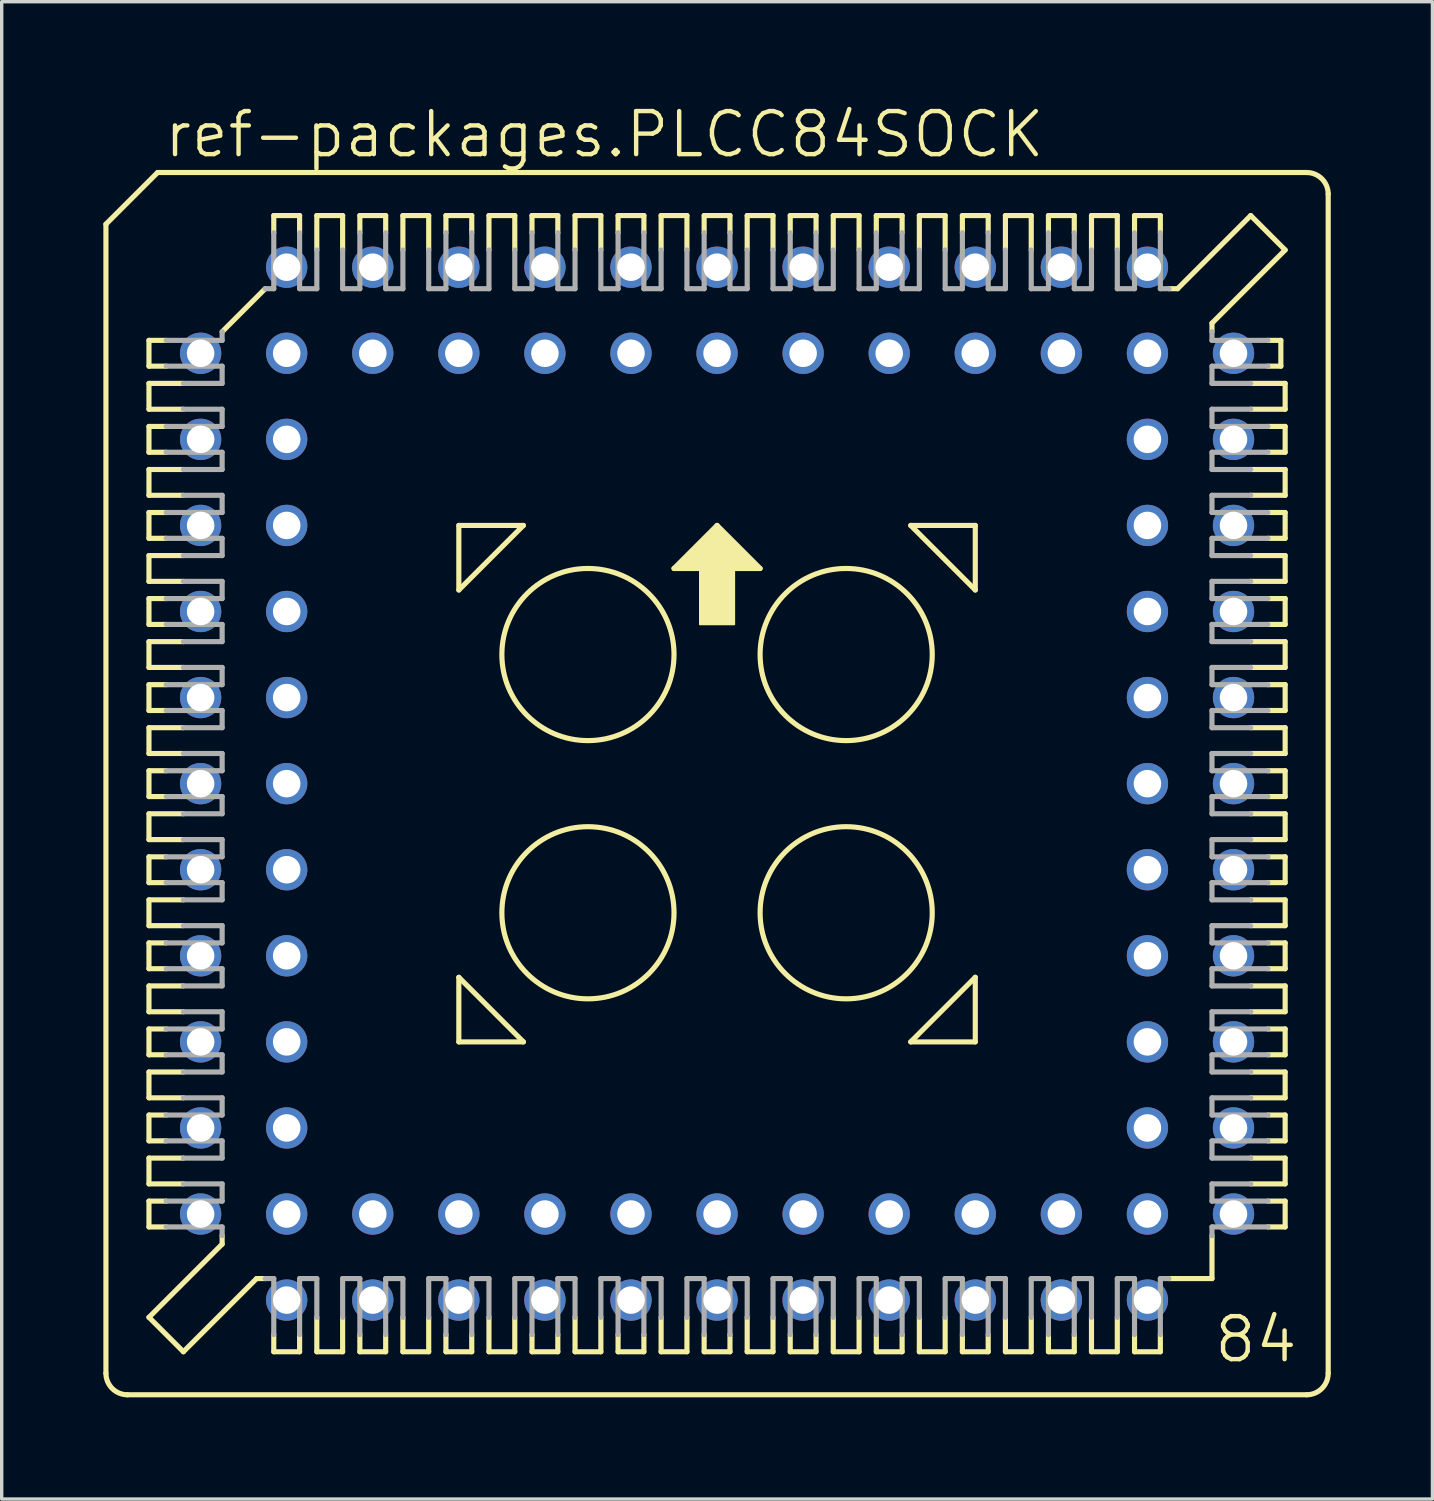
<source format=kicad_pcb>
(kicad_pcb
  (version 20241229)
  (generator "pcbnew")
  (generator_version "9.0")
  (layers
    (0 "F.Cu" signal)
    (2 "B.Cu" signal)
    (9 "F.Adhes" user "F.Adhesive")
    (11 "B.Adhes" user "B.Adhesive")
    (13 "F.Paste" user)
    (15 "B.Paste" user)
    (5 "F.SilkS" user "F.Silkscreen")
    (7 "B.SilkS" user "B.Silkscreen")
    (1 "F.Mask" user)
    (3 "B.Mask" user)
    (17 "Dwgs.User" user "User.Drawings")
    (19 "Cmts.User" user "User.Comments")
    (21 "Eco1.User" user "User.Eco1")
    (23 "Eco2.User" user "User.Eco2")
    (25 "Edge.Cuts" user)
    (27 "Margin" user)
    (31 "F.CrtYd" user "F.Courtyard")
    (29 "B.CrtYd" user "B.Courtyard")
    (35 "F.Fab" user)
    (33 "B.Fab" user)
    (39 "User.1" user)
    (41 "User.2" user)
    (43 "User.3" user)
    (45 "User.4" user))
  (footprint "ref-packages.PLCC84SOCK"
    (layer "F.Cu")
    (at 18.11 20.075)
    (property "Reference" "ref-packages.PLCC84SOCK" (at -16.383 -18.415 0) (layer "F.SilkS") (effects (font (size 1.27 1.27) (thickness 0.13)) (justify left bottom)))
    (attr through_hole)
    (fp_line (start -18.034 -16.51) (end -18.034 17.399) (stroke (width 0.152) (type default)) (layer "F.SilkS"))
    (fp_line (start -16.764 -13.081) (end -16.764 -12.319) (stroke (width 0.152) (type default)) (layer "F.SilkS"))
    (fp_line (start -16.764 -12.319) (end -16.256 -12.319) (stroke (width 0.152) (type default)) (layer "F.SilkS"))
    (fp_line (start -16.764 -11.811) (end -16.764 -11.049) (stroke (width 0.152) (type default)) (layer "F.SilkS"))
    (fp_line (start -16.764 -11.049) (end -15.748 -11.049) (stroke (width 0.152) (type default)) (layer "F.SilkS"))
    (fp_line (start -16.764 -10.541) (end -16.764 -9.779) (stroke (width 0.152) (type default)) (layer "F.SilkS"))
    (fp_line (start -16.764 -9.779) (end -16.256 -9.779) (stroke (width 0.152) (type default)) (layer "F.SilkS"))
    (fp_line (start -16.764 -9.271) (end -16.764 -8.509) (stroke (width 0.152) (type default)) (layer "F.SilkS"))
    (fp_line (start -16.764 -8.509) (end -15.748 -8.509) (stroke (width 0.152) (type default)) (layer "F.SilkS"))
    (fp_line (start -16.764 -8.001) (end -16.256 -8.001) (stroke (width 0.152) (type default)) (layer "F.SilkS"))
    (fp_line (start -16.764 -7.239) (end -16.764 -8.001) (stroke (width 0.152) (type default)) (layer "F.SilkS"))
    (fp_line (start -16.764 -6.731) (end -16.764 -5.969) (stroke (width 0.152) (type default)) (layer "F.SilkS"))
    (fp_line (start -16.764 -5.969) (end -15.748 -5.969) (stroke (width 0.152) (type default)) (layer "F.SilkS"))
    (fp_line (start -16.764 -5.461) (end -16.764 -4.699) (stroke (width 0.152) (type default)) (layer "F.SilkS"))
    (fp_line (start -16.764 -4.699) (end -16.256 -4.699) (stroke (width 0.152) (type default)) (layer "F.SilkS"))
    (fp_line (start -16.764 -4.191) (end -16.764 -3.429) (stroke (width 0.152) (type default)) (layer "F.SilkS"))
    (fp_line (start -16.764 -3.429) (end -15.748 -3.429) (stroke (width 0.152) (type default)) (layer "F.SilkS"))
    (fp_line (start -16.764 -2.921) (end -16.764 -2.159) (stroke (width 0.152) (type default)) (layer "F.SilkS"))
    (fp_line (start -16.764 -2.159) (end -16.256 -2.159) (stroke (width 0.152) (type default)) (layer "F.SilkS"))
    (fp_line (start -16.764 -1.651) (end -15.748 -1.651) (stroke (width 0.152) (type default)) (layer "F.SilkS"))
    (fp_line (start -16.764 -0.889) (end -16.764 -1.651) (stroke (width 0.152) (type default)) (layer "F.SilkS"))
    (fp_line (start -16.764 -0.381) (end -16.256 -0.381) (stroke (width 0.152) (type default)) (layer "F.SilkS"))
    (fp_line (start -16.764 0.381) (end -16.764 -0.381) (stroke (width 0.152) (type default)) (layer "F.SilkS"))
    (fp_line (start -16.764 0.889) (end -15.748 0.889) (stroke (width 0.152) (type default)) (layer "F.SilkS"))
    (fp_line (start -16.764 1.651) (end -16.764 0.889) (stroke (width 0.152) (type default)) (layer "F.SilkS"))
    (fp_line (start -16.764 2.159) (end -16.256 2.159) (stroke (width 0.152) (type default)) (layer "F.SilkS"))
    (fp_line (start -16.764 2.921) (end -16.764 2.159) (stroke (width 0.152) (type default)) (layer "F.SilkS"))
    (fp_line (start -16.764 3.429) (end -15.748 3.429) (stroke (width 0.152) (type default)) (layer "F.SilkS"))
    (fp_line (start -16.764 4.191) (end -16.764 3.429) (stroke (width 0.152) (type default)) (layer "F.SilkS"))
    (fp_line (start -16.764 4.699) (end -16.256 4.699) (stroke (width 0.152) (type default)) (layer "F.SilkS"))
    (fp_line (start -16.764 5.461) (end -16.764 4.699) (stroke (width 0.152) (type default)) (layer "F.SilkS"))
    (fp_line (start -16.764 5.969) (end -16.764 6.731) (stroke (width 0.152) (type default)) (layer "F.SilkS"))
    (fp_line (start -16.764 6.731) (end -15.748 6.731) (stroke (width 0.152) (type default)) (layer "F.SilkS"))
    (fp_line (start -16.764 7.239) (end -16.764 8.001) (stroke (width 0.152) (type default)) (layer "F.SilkS"))
    (fp_line (start -16.764 8.001) (end -16.256 8.001) (stroke (width 0.152) (type default)) (layer "F.SilkS"))
    (fp_line (start -16.764 8.509) (end -16.764 9.271) (stroke (width 0.152) (type default)) (layer "F.SilkS"))
    (fp_line (start -16.764 9.271) (end -15.748 9.271) (stroke (width 0.152) (type default)) (layer "F.SilkS"))
    (fp_line (start -16.764 9.779) (end -16.764 10.541) (stroke (width 0.152) (type default)) (layer "F.SilkS"))
    (fp_line (start -16.764 10.541) (end -16.256 10.541) (stroke (width 0.152) (type default)) (layer "F.SilkS"))
    (fp_line (start -16.764 11.049) (end -15.748 11.049) (stroke (width 0.152) (type default)) (layer "F.SilkS"))
    (fp_line (start -16.764 11.811) (end -16.764 11.049) (stroke (width 0.152) (type default)) (layer "F.SilkS"))
    (fp_line (start -16.764 12.319) (end -16.256 12.319) (stroke (width 0.152) (type default)) (layer "F.SilkS"))
    (fp_line (start -16.764 13.081) (end -16.764 12.319) (stroke (width 0.152) (type default)) (layer "F.SilkS"))
    (fp_line (start -16.764 15.748) (end -14.605 13.589) (stroke (width 0.152) (type default)) (layer "F.SilkS"))
    (fp_line (start -16.51 -18.034) (end -18.034 -16.51) (stroke (width 0.152) (type default)) (layer "F.SilkS"))
    (fp_line (start -16.256 -13.081) (end -16.764 -13.081) (stroke (width 0.152) (type default)) (layer "F.SilkS"))
    (fp_line (start -16.256 -10.541) (end -16.764 -10.541) (stroke (width 0.152) (type default)) (layer "F.SilkS"))
    (fp_line (start -16.256 -7.239) (end -16.764 -7.239) (stroke (width 0.152) (type default)) (layer "F.SilkS"))
    (fp_line (start -16.256 -5.461) (end -16.764 -5.461) (stroke (width 0.152) (type default)) (layer "F.SilkS"))
    (fp_line (start -16.256 -2.921) (end -16.764 -2.921) (stroke (width 0.152) (type default)) (layer "F.SilkS"))
    (fp_line (start -16.256 0.381) (end -16.764 0.381) (stroke (width 0.152) (type default)) (layer "F.SilkS"))
    (fp_line (start -16.256 2.921) (end -16.764 2.921) (stroke (width 0.152) (type default)) (layer "F.SilkS"))
    (fp_line (start -16.256 5.461) (end -16.764 5.461) (stroke (width 0.152) (type default)) (layer "F.SilkS"))
    (fp_line (start -16.256 7.239) (end -16.764 7.239) (stroke (width 0.152) (type default)) (layer "F.SilkS"))
    (fp_line (start -16.256 9.779) (end -16.764 9.779) (stroke (width 0.152) (type default)) (layer "F.SilkS"))
    (fp_line (start -16.256 13.081) (end -16.764 13.081) (stroke (width 0.152) (type default)) (layer "F.SilkS"))
    (fp_line (start -15.748 -11.811) (end -16.764 -11.811) (stroke (width 0.152) (type default)) (layer "F.SilkS"))
    (fp_line (start -15.748 -9.271) (end -16.764 -9.271) (stroke (width 0.152) (type default)) (layer "F.SilkS"))
    (fp_line (start -15.748 -6.731) (end -16.764 -6.731) (stroke (width 0.152) (type default)) (layer "F.SilkS"))
    (fp_line (start -15.748 -4.191) (end -16.764 -4.191) (stroke (width 0.152) (type default)) (layer "F.SilkS"))
    (fp_line (start -15.748 -0.889) (end -16.764 -0.889) (stroke (width 0.152) (type default)) (layer "F.SilkS"))
    (fp_line (start -15.748 1.651) (end -16.764 1.651) (stroke (width 0.152) (type default)) (layer "F.SilkS"))
    (fp_line (start -15.748 4.191) (end -16.764 4.191) (stroke (width 0.152) (type default)) (layer "F.SilkS"))
    (fp_line (start -15.748 5.969) (end -16.764 5.969) (stroke (width 0.152) (type default)) (layer "F.SilkS"))
    (fp_line (start -15.748 8.509) (end -16.764 8.509) (stroke (width 0.152) (type default)) (layer "F.SilkS"))
    (fp_line (start -15.748 11.811) (end -16.764 11.811) (stroke (width 0.152) (type default)) (layer "F.SilkS"))
    (fp_line (start -15.748 16.764) (end -16.764 15.748) (stroke (width 0.152) (type default)) (layer "F.SilkS"))
    (fp_line (start -15.748 16.764) (end -13.589 14.605) (stroke (width 0.152) (type default)) (layer "F.SilkS"))
    (fp_line (start -14.605 -13.335) (end -13.335 -14.605) (stroke (width 0.152) (type default)) (layer "F.SilkS"))
    (fp_line (start -14.605 13.589) (end -14.605 13.335) (stroke (width 0.152) (type default)) (layer "F.SilkS"))
    (fp_line (start -13.589 14.605) (end -13.335 14.605) (stroke (width 0.152) (type default)) (layer "F.SilkS"))
    (fp_line (start -13.081 -16.764) (end -13.081 -16.256) (stroke (width 0.152) (type default)) (layer "F.SilkS"))
    (fp_line (start -13.081 16.256) (end -13.081 16.764) (stroke (width 0.152) (type default)) (layer "F.SilkS"))
    (fp_line (start -13.081 16.764) (end -12.319 16.764) (stroke (width 0.152) (type default)) (layer "F.SilkS"))
    (fp_line (start -12.319 -16.764) (end -13.081 -16.764) (stroke (width 0.152) (type default)) (layer "F.SilkS"))
    (fp_line (start -12.319 -16.256) (end -12.319 -16.764) (stroke (width 0.152) (type default)) (layer "F.SilkS"))
    (fp_line (start -12.319 16.764) (end -12.319 16.256) (stroke (width 0.152) (type default)) (layer "F.SilkS"))
    (fp_line (start -11.811 -16.764) (end -11.049 -16.764) (stroke (width 0.152) (type default)) (layer "F.SilkS"))
    (fp_line (start -11.811 -15.748) (end -11.811 -16.764) (stroke (width 0.152) (type default)) (layer "F.SilkS"))
    (fp_line (start -11.811 15.748) (end -11.811 16.764) (stroke (width 0.152) (type default)) (layer "F.SilkS"))
    (fp_line (start -11.811 16.764) (end -11.049 16.764) (stroke (width 0.152) (type default)) (layer "F.SilkS"))
    (fp_line (start -11.049 -16.764) (end -11.049 -15.748) (stroke (width 0.152) (type default)) (layer "F.SilkS"))
    (fp_line (start -11.049 16.764) (end -11.049 15.748) (stroke (width 0.152) (type default)) (layer "F.SilkS"))
    (fp_line (start -10.541 -16.764) (end -10.541 -16.256) (stroke (width 0.152) (type default)) (layer "F.SilkS"))
    (fp_line (start -10.541 16.256) (end -10.541 16.764) (stroke (width 0.152) (type default)) (layer "F.SilkS"))
    (fp_line (start -10.541 16.764) (end -9.779 16.764) (stroke (width 0.152) (type default)) (layer "F.SilkS"))
    (fp_line (start -9.779 -16.764) (end -10.541 -16.764) (stroke (width 0.152) (type default)) (layer "F.SilkS"))
    (fp_line (start -9.779 -16.256) (end -9.779 -16.764) (stroke (width 0.152) (type default)) (layer "F.SilkS"))
    (fp_line (start -9.779 16.764) (end -9.779 16.256) (stroke (width 0.152) (type default)) (layer "F.SilkS"))
    (fp_line (start -9.271 -16.764) (end -9.271 -15.748) (stroke (width 0.152) (type default)) (layer "F.SilkS"))
    (fp_line (start -9.271 15.748) (end -9.271 16.764) (stroke (width 0.152) (type default)) (layer "F.SilkS"))
    (fp_line (start -9.271 16.764) (end -8.509 16.764) (stroke (width 0.152) (type default)) (layer "F.SilkS"))
    (fp_line (start -8.509 -16.764) (end -9.271 -16.764) (stroke (width 0.152) (type default)) (layer "F.SilkS"))
    (fp_line (start -8.509 -15.748) (end -8.509 -16.764) (stroke (width 0.152) (type default)) (layer "F.SilkS"))
    (fp_line (start -8.509 16.764) (end -8.509 15.748) (stroke (width 0.152) (type default)) (layer "F.SilkS"))
    (fp_line (start -8.001 -16.764) (end -8.001 -16.256) (stroke (width 0.152) (type default)) (layer "F.SilkS"))
    (fp_line (start -8.001 16.764) (end -8.001 16.256) (stroke (width 0.152) (type default)) (layer "F.SilkS"))
    (fp_line (start -7.62 -7.62) (end -5.715 -7.62) (stroke (width 0.152) (type default)) (layer "F.SilkS"))
    (fp_line (start -7.62 -5.715) (end -7.62 -7.62) (stroke (width 0.152) (type default)) (layer "F.SilkS"))
    (fp_line (start -7.62 5.715) (end -5.715 7.62) (stroke (width 0.152) (type default)) (layer "F.SilkS"))
    (fp_line (start -7.62 7.62) (end -7.62 5.715) (stroke (width 0.152) (type default)) (layer "F.SilkS"))
    (fp_line (start -7.239 -16.764) (end -8.001 -16.764) (stroke (width 0.152) (type default)) (layer "F.SilkS"))
    (fp_line (start -7.239 -16.256) (end -7.239 -16.764) (stroke (width 0.152) (type default)) (layer "F.SilkS"))
    (fp_line (start -7.239 16.256) (end -7.239 16.764) (stroke (width 0.152) (type default)) (layer "F.SilkS"))
    (fp_line (start -7.239 16.764) (end -8.001 16.764) (stroke (width 0.152) (type default)) (layer "F.SilkS"))
    (fp_line (start -6.731 -16.764) (end -6.731 -15.748) (stroke (width 0.152) (type default)) (layer "F.SilkS"))
    (fp_line (start -6.731 15.748) (end -6.731 16.764) (stroke (width 0.152) (type default)) (layer "F.SilkS"))
    (fp_line (start -6.731 16.764) (end -5.969 16.764) (stroke (width 0.152) (type default)) (layer "F.SilkS"))
    (fp_line (start -5.969 -16.764) (end -6.731 -16.764) (stroke (width 0.152) (type default)) (layer "F.SilkS"))
    (fp_line (start -5.969 -15.748) (end -5.969 -16.764) (stroke (width 0.152) (type default)) (layer "F.SilkS"))
    (fp_line (start -5.969 16.764) (end -5.969 15.748) (stroke (width 0.152) (type default)) (layer "F.SilkS"))
    (fp_line (start -5.715 -7.62) (end -7.62 -5.715) (stroke (width 0.152) (type default)) (layer "F.SilkS"))
    (fp_line (start -5.715 7.62) (end -7.62 7.62) (stroke (width 0.152) (type default)) (layer "F.SilkS"))
    (fp_line (start -5.461 -16.764) (end -5.461 -16.256) (stroke (width 0.152) (type default)) (layer "F.SilkS"))
    (fp_line (start -5.461 16.256) (end -5.461 16.764) (stroke (width 0.152) (type default)) (layer "F.SilkS"))
    (fp_line (start -5.461 16.764) (end -4.699 16.764) (stroke (width 0.152) (type default)) (layer "F.SilkS"))
    (fp_line (start -4.699 -16.764) (end -5.461 -16.764) (stroke (width 0.152) (type default)) (layer "F.SilkS"))
    (fp_line (start -4.699 -16.256) (end -4.699 -16.764) (stroke (width 0.152) (type default)) (layer "F.SilkS"))
    (fp_line (start -4.699 16.764) (end -4.699 16.256) (stroke (width 0.152) (type default)) (layer "F.SilkS"))
    (fp_line (start -4.191 -16.764) (end -4.191 -15.748) (stroke (width 0.152) (type default)) (layer "F.SilkS"))
    (fp_line (start -4.191 15.748) (end -4.191 16.764) (stroke (width 0.152) (type default)) (layer "F.SilkS"))
    (fp_line (start -4.191 16.764) (end -3.429 16.764) (stroke (width 0.152) (type default)) (layer "F.SilkS"))
    (fp_line (start -3.429 -16.764) (end -4.191 -16.764) (stroke (width 0.152) (type default)) (layer "F.SilkS"))
    (fp_line (start -3.429 -15.748) (end -3.429 -16.764) (stroke (width 0.152) (type default)) (layer "F.SilkS"))
    (fp_line (start -3.429 16.764) (end -3.429 15.748) (stroke (width 0.152) (type default)) (layer "F.SilkS"))
    (fp_line (start -2.921 -16.764) (end -2.921 -16.256) (stroke (width 0.152) (type default)) (layer "F.SilkS"))
    (fp_line (start -2.921 16.256) (end -2.921 16.764) (stroke (width 0.152) (type default)) (layer "F.SilkS"))
    (fp_line (start -2.921 16.764) (end -2.159 16.764) (stroke (width 0.152) (type default)) (layer "F.SilkS"))
    (fp_line (start -2.159 -16.764) (end -2.921 -16.764) (stroke (width 0.152) (type default)) (layer "F.SilkS"))
    (fp_line (start -2.159 -16.256) (end -2.159 -16.764) (stroke (width 0.152) (type default)) (layer "F.SilkS"))
    (fp_line (start -2.159 16.764) (end -2.159 16.256) (stroke (width 0.152) (type default)) (layer "F.SilkS"))
    (fp_line (start -1.651 -16.764) (end -1.651 -15.748) (stroke (width 0.152) (type default)) (layer "F.SilkS"))
    (fp_line (start -1.651 15.748) (end -1.651 16.764) (stroke (width 0.152) (type default)) (layer "F.SilkS"))
    (fp_line (start -1.651 16.764) (end -0.889 16.764) (stroke (width 0.152) (type default)) (layer "F.SilkS"))
    (fp_line (start -1.27 -6.35) (end 1.27 -6.35) (stroke (width 0.152) (type default)) (layer "F.SilkS"))
    (fp_line (start -0.889 -16.764) (end -1.651 -16.764) (stroke (width 0.152) (type default)) (layer "F.SilkS"))
    (fp_line (start -0.889 -15.748) (end -0.889 -16.764) (stroke (width 0.152) (type default)) (layer "F.SilkS"))
    (fp_line (start -0.889 16.764) (end -0.889 15.748) (stroke (width 0.152) (type default)) (layer "F.SilkS"))
    (fp_line (start -0.381 -16.764) (end -0.381 -16.256) (stroke (width 0.152) (type default)) (layer "F.SilkS"))
    (fp_line (start -0.381 16.256) (end -0.381 16.764) (stroke (width 0.152) (type default)) (layer "F.SilkS"))
    (fp_line (start -0.381 16.764) (end 0.381 16.764) (stroke (width 0.152) (type default)) (layer "F.SilkS"))
    (fp_line (start 0 -7.62) (end -1.27 -6.35) (stroke (width 0.152) (type default)) (layer "F.SilkS"))
    (fp_line (start 0.381 -16.764) (end -0.381 -16.764) (stroke (width 0.152) (type default)) (layer "F.SilkS"))
    (fp_line (start 0.381 -16.256) (end 0.381 -16.764) (stroke (width 0.152) (type default)) (layer "F.SilkS"))
    (fp_line (start 0.381 16.764) (end 0.381 16.256) (stroke (width 0.152) (type default)) (layer "F.SilkS"))
    (fp_line (start 0.889 -16.764) (end 0.889 -15.748) (stroke (width 0.152) (type default)) (layer "F.SilkS"))
    (fp_line (start 0.889 15.748) (end 0.889 16.764) (stroke (width 0.152) (type default)) (layer "F.SilkS"))
    (fp_line (start 0.889 16.764) (end 1.651 16.764) (stroke (width 0.152) (type default)) (layer "F.SilkS"))
    (fp_line (start 1.27 -6.35) (end 0 -7.62) (stroke (width 0.152) (type default)) (layer "F.SilkS"))
    (fp_line (start 1.651 -16.764) (end 0.889 -16.764) (stroke (width 0.152) (type default)) (layer "F.SilkS"))
    (fp_line (start 1.651 -15.748) (end 1.651 -16.764) (stroke (width 0.152) (type default)) (layer "F.SilkS"))
    (fp_line (start 1.651 16.764) (end 1.651 15.748) (stroke (width 0.152) (type default)) (layer "F.SilkS"))
    (fp_line (start 2.159 -16.764) (end 2.159 -16.256) (stroke (width 0.152) (type default)) (layer "F.SilkS"))
    (fp_line (start 2.159 16.256) (end 2.159 16.764) (stroke (width 0.152) (type default)) (layer "F.SilkS"))
    (fp_line (start 2.159 16.764) (end 2.921 16.764) (stroke (width 0.152) (type default)) (layer "F.SilkS"))
    (fp_line (start 2.921 -16.764) (end 2.159 -16.764) (stroke (width 0.152) (type default)) (layer "F.SilkS"))
    (fp_line (start 2.921 -16.256) (end 2.921 -16.764) (stroke (width 0.152) (type default)) (layer "F.SilkS"))
    (fp_line (start 2.921 16.764) (end 2.921 16.256) (stroke (width 0.152) (type default)) (layer "F.SilkS"))
    (fp_line (start 3.429 -16.764) (end 3.429 -15.748) (stroke (width 0.152) (type default)) (layer "F.SilkS"))
    (fp_line (start 3.429 15.748) (end 3.429 16.764) (stroke (width 0.152) (type default)) (layer "F.SilkS"))
    (fp_line (start 3.429 16.764) (end 4.191 16.764) (stroke (width 0.152) (type default)) (layer "F.SilkS"))
    (fp_line (start 4.191 -16.764) (end 3.429 -16.764) (stroke (width 0.152) (type default)) (layer "F.SilkS"))
    (fp_line (start 4.191 -15.748) (end 4.191 -16.764) (stroke (width 0.152) (type default)) (layer "F.SilkS"))
    (fp_line (start 4.191 16.764) (end 4.191 15.748) (stroke (width 0.152) (type default)) (layer "F.SilkS"))
    (fp_line (start 4.699 -16.764) (end 4.699 -16.256) (stroke (width 0.152) (type default)) (layer "F.SilkS"))
    (fp_line (start 4.699 16.256) (end 4.699 16.764) (stroke (width 0.152) (type default)) (layer "F.SilkS"))
    (fp_line (start 4.699 16.764) (end 5.461 16.764) (stroke (width 0.152) (type default)) (layer "F.SilkS"))
    (fp_line (start 5.461 -16.764) (end 4.699 -16.764) (stroke (width 0.152) (type default)) (layer "F.SilkS"))
    (fp_line (start 5.461 -16.256) (end 5.461 -16.764) (stroke (width 0.152) (type default)) (layer "F.SilkS"))
    (fp_line (start 5.461 16.764) (end 5.461 16.256) (stroke (width 0.152) (type default)) (layer "F.SilkS"))
    (fp_line (start 5.715 -7.62) (end 7.62 -5.715) (stroke (width 0.152) (type default)) (layer "F.SilkS"))
    (fp_line (start 5.715 7.62) (end 7.62 7.62) (stroke (width 0.152) (type default)) (layer "F.SilkS"))
    (fp_line (start 5.969 -16.764) (end 5.969 -15.748) (stroke (width 0.152) (type default)) (layer "F.SilkS"))
    (fp_line (start 5.969 15.748) (end 5.969 16.764) (stroke (width 0.152) (type default)) (layer "F.SilkS"))
    (fp_line (start 5.969 16.764) (end 6.731 16.764) (stroke (width 0.152) (type default)) (layer "F.SilkS"))
    (fp_line (start 6.731 -16.764) (end 5.969 -16.764) (stroke (width 0.152) (type default)) (layer "F.SilkS"))
    (fp_line (start 6.731 -15.748) (end 6.731 -16.764) (stroke (width 0.152) (type default)) (layer "F.SilkS"))
    (fp_line (start 6.731 16.764) (end 6.731 15.748) (stroke (width 0.152) (type default)) (layer "F.SilkS"))
    (fp_line (start 7.239 -16.764) (end 8.001 -16.764) (stroke (width 0.152) (type default)) (layer "F.SilkS"))
    (fp_line (start 7.239 -16.256) (end 7.239 -16.764) (stroke (width 0.152) (type default)) (layer "F.SilkS"))
    (fp_line (start 7.239 16.256) (end 7.239 16.764) (stroke (width 0.152) (type default)) (layer "F.SilkS"))
    (fp_line (start 7.239 16.764) (end 8.001 16.764) (stroke (width 0.152) (type default)) (layer "F.SilkS"))
    (fp_line (start 7.62 -7.62) (end 5.715 -7.62) (stroke (width 0.152) (type default)) (layer "F.SilkS"))
    (fp_line (start 7.62 -5.715) (end 7.62 -7.62) (stroke (width 0.152) (type default)) (layer "F.SilkS"))
    (fp_line (start 7.62 5.715) (end 5.715 7.62) (stroke (width 0.152) (type default)) (layer "F.SilkS"))
    (fp_line (start 7.62 7.62) (end 7.62 5.715) (stroke (width 0.152) (type default)) (layer "F.SilkS"))
    (fp_line (start 8.001 -16.764) (end 8.001 -16.256) (stroke (width 0.152) (type default)) (layer "F.SilkS"))
    (fp_line (start 8.001 16.764) (end 8.001 16.256) (stroke (width 0.152) (type default)) (layer "F.SilkS"))
    (fp_line (start 8.509 -16.764) (end 8.509 -15.748) (stroke (width 0.152) (type default)) (layer "F.SilkS"))
    (fp_line (start 8.509 15.748) (end 8.509 16.764) (stroke (width 0.152) (type default)) (layer "F.SilkS"))
    (fp_line (start 8.509 16.764) (end 9.271 16.764) (stroke (width 0.152) (type default)) (layer "F.SilkS"))
    (fp_line (start 9.271 -16.764) (end 8.509 -16.764) (stroke (width 0.152) (type default)) (layer "F.SilkS"))
    (fp_line (start 9.271 -15.748) (end 9.271 -16.764) (stroke (width 0.152) (type default)) (layer "F.SilkS"))
    (fp_line (start 9.271 16.764) (end 9.271 15.748) (stroke (width 0.152) (type default)) (layer "F.SilkS"))
    (fp_line (start 9.779 -16.764) (end 9.779 -16.256) (stroke (width 0.152) (type default)) (layer "F.SilkS"))
    (fp_line (start 9.779 16.256) (end 9.779 16.764) (stroke (width 0.152) (type default)) (layer "F.SilkS"))
    (fp_line (start 9.779 16.764) (end 10.541 16.764) (stroke (width 0.152) (type default)) (layer "F.SilkS"))
    (fp_line (start 10.541 -16.764) (end 9.779 -16.764) (stroke (width 0.152) (type default)) (layer "F.SilkS"))
    (fp_line (start 10.541 -16.256) (end 10.541 -16.764) (stroke (width 0.152) (type default)) (layer "F.SilkS"))
    (fp_line (start 10.541 16.764) (end 10.541 16.256) (stroke (width 0.152) (type default)) (layer "F.SilkS"))
    (fp_line (start 11.049 -16.764) (end 11.049 -15.748) (stroke (width 0.152) (type default)) (layer "F.SilkS"))
    (fp_line (start 11.049 16.764) (end 11.049 15.748) (stroke (width 0.152) (type default)) (layer "F.SilkS"))
    (fp_line (start 11.811 -16.764) (end 11.049 -16.764) (stroke (width 0.152) (type default)) (layer "F.SilkS"))
    (fp_line (start 11.811 -15.748) (end 11.811 -16.764) (stroke (width 0.152) (type default)) (layer "F.SilkS"))
    (fp_line (start 11.811 15.748) (end 11.811 16.764) (stroke (width 0.152) (type default)) (layer "F.SilkS"))
    (fp_line (start 11.811 16.764) (end 11.049 16.764) (stroke (width 0.152) (type default)) (layer "F.SilkS"))
    (fp_line (start 12.319 -16.764) (end 12.319 -16.256) (stroke (width 0.152) (type default)) (layer "F.SilkS"))
    (fp_line (start 12.319 16.256) (end 12.319 16.764) (stroke (width 0.152) (type default)) (layer "F.SilkS"))
    (fp_line (start 12.319 16.764) (end 13.081 16.764) (stroke (width 0.152) (type default)) (layer "F.SilkS"))
    (fp_line (start 13.081 -16.764) (end 12.319 -16.764) (stroke (width 0.152) (type default)) (layer "F.SilkS"))
    (fp_line (start 13.081 -16.256) (end 13.081 -16.764) (stroke (width 0.152) (type default)) (layer "F.SilkS"))
    (fp_line (start 13.081 16.764) (end 13.081 16.256) (stroke (width 0.152) (type default)) (layer "F.SilkS"))
    (fp_line (start 13.335 14.605) (end 14.605 14.605) (stroke (width 0.152) (type default)) (layer "F.SilkS"))
    (fp_line (start 13.589 -14.605) (end 13.335 -14.605) (stroke (width 0.152) (type default)) (layer "F.SilkS"))
    (fp_line (start 14.605 -13.589) (end 14.605 -13.335) (stroke (width 0.152) (type default)) (layer "F.SilkS"))
    (fp_line (start 14.605 14.605) (end 14.605 13.335) (stroke (width 0.152) (type default)) (layer "F.SilkS"))
    (fp_line (start 15.748 -16.764) (end 13.589 -14.605) (stroke (width 0.152) (type default)) (layer "F.SilkS"))
    (fp_line (start 15.748 -11.811) (end 16.764 -11.811) (stroke (width 0.152) (type default)) (layer "F.SilkS"))
    (fp_line (start 15.748 -8.509) (end 16.764 -8.509) (stroke (width 0.152) (type default)) (layer "F.SilkS"))
    (fp_line (start 15.748 -5.969) (end 16.764 -5.969) (stroke (width 0.152) (type default)) (layer "F.SilkS"))
    (fp_line (start 15.748 -4.191) (end 16.764 -4.191) (stroke (width 0.152) (type default)) (layer "F.SilkS"))
    (fp_line (start 15.748 -1.651) (end 16.764 -1.651) (stroke (width 0.152) (type default)) (layer "F.SilkS"))
    (fp_line (start 15.748 0.889) (end 16.764 0.889) (stroke (width 0.152) (type default)) (layer "F.SilkS"))
    (fp_line (start 15.748 4.191) (end 16.764 4.191) (stroke (width 0.152) (type default)) (layer "F.SilkS"))
    (fp_line (start 15.748 6.731) (end 16.764 6.731) (stroke (width 0.152) (type default)) (layer "F.SilkS"))
    (fp_line (start 15.748 9.271) (end 16.764 9.271) (stroke (width 0.152) (type default)) (layer "F.SilkS"))
    (fp_line (start 15.748 11.811) (end 16.764 11.811) (stroke (width 0.152) (type default)) (layer "F.SilkS"))
    (fp_line (start 16.256 -13.081) (end 16.637 -13.081) (stroke (width 0.152) (type default)) (layer "F.SilkS"))
    (fp_line (start 16.256 -9.779) (end 16.764 -9.779) (stroke (width 0.152) (type default)) (layer "F.SilkS"))
    (fp_line (start 16.256 -7.239) (end 16.764 -7.239) (stroke (width 0.152) (type default)) (layer "F.SilkS"))
    (fp_line (start 16.256 -5.461) (end 16.764 -5.461) (stroke (width 0.152) (type default)) (layer "F.SilkS"))
    (fp_line (start 16.256 -2.921) (end 16.764 -2.921) (stroke (width 0.152) (type default)) (layer "F.SilkS"))
    (fp_line (start 16.256 -0.381) (end 16.764 -0.381) (stroke (width 0.152) (type default)) (layer "F.SilkS"))
    (fp_line (start 16.256 2.921) (end 16.764 2.921) (stroke (width 0.152) (type default)) (layer "F.SilkS"))
    (fp_line (start 16.256 5.461) (end 16.764 5.461) (stroke (width 0.152) (type default)) (layer "F.SilkS"))
    (fp_line (start 16.256 7.239) (end 16.764 7.239) (stroke (width 0.152) (type default)) (layer "F.SilkS"))
    (fp_line (start 16.256 10.541) (end 16.764 10.541) (stroke (width 0.152) (type default)) (layer "F.SilkS"))
    (fp_line (start 16.256 13.081) (end 16.764 13.081) (stroke (width 0.152) (type default)) (layer "F.SilkS"))
    (fp_line (start 16.637 -13.081) (end 16.637 -12.319) (stroke (width 0.152) (type default)) (layer "F.SilkS"))
    (fp_line (start 16.637 -12.319) (end 16.256 -12.319) (stroke (width 0.152) (type default)) (layer "F.SilkS"))
    (fp_line (start 16.764 -15.748) (end 14.605 -13.589) (stroke (width 0.152) (type default)) (layer "F.SilkS"))
    (fp_line (start 16.764 -15.748) (end 15.748 -16.764) (stroke (width 0.152) (type default)) (layer "F.SilkS"))
    (fp_line (start 16.764 -11.811) (end 16.764 -11.049) (stroke (width 0.152) (type default)) (layer "F.SilkS"))
    (fp_line (start 16.764 -11.049) (end 15.748 -11.049) (stroke (width 0.152) (type default)) (layer "F.SilkS"))
    (fp_line (start 16.764 -10.541) (end 16.256 -10.541) (stroke (width 0.152) (type default)) (layer "F.SilkS"))
    (fp_line (start 16.764 -9.779) (end 16.764 -10.541) (stroke (width 0.152) (type default)) (layer "F.SilkS"))
    (fp_line (start 16.764 -9.271) (end 15.748 -9.271) (stroke (width 0.152) (type default)) (layer "F.SilkS"))
    (fp_line (start 16.764 -8.509) (end 16.764 -9.271) (stroke (width 0.152) (type default)) (layer "F.SilkS"))
    (fp_line (start 16.764 -8.001) (end 16.256 -8.001) (stroke (width 0.152) (type default)) (layer "F.SilkS"))
    (fp_line (start 16.764 -7.239) (end 16.764 -8.001) (stroke (width 0.152) (type default)) (layer "F.SilkS"))
    (fp_line (start 16.764 -6.731) (end 15.748 -6.731) (stroke (width 0.152) (type default)) (layer "F.SilkS"))
    (fp_line (start 16.764 -5.969) (end 16.764 -6.731) (stroke (width 0.152) (type default)) (layer "F.SilkS"))
    (fp_line (start 16.764 -5.461) (end 16.764 -4.699) (stroke (width 0.152) (type default)) (layer "F.SilkS"))
    (fp_line (start 16.764 -4.699) (end 16.256 -4.699) (stroke (width 0.152) (type default)) (layer "F.SilkS"))
    (fp_line (start 16.764 -4.191) (end 16.764 -3.429) (stroke (width 0.152) (type default)) (layer "F.SilkS"))
    (fp_line (start 16.764 -3.429) (end 15.748 -3.429) (stroke (width 0.152) (type default)) (layer "F.SilkS"))
    (fp_line (start 16.764 -2.921) (end 16.764 -2.159) (stroke (width 0.152) (type default)) (layer "F.SilkS"))
    (fp_line (start 16.764 -2.159) (end 16.256 -2.159) (stroke (width 0.152) (type default)) (layer "F.SilkS"))
    (fp_line (start 16.764 -1.651) (end 16.764 -0.889) (stroke (width 0.152) (type default)) (layer "F.SilkS"))
    (fp_line (start 16.764 -0.889) (end 15.748 -0.889) (stroke (width 0.152) (type default)) (layer "F.SilkS"))
    (fp_line (start 16.764 -0.381) (end 16.764 0.381) (stroke (width 0.152) (type default)) (layer "F.SilkS"))
    (fp_line (start 16.764 0.381) (end 16.256 0.381) (stroke (width 0.152) (type default)) (layer "F.SilkS"))
    (fp_line (start 16.764 0.889) (end 16.764 1.651) (stroke (width 0.152) (type default)) (layer "F.SilkS"))
    (fp_line (start 16.764 1.651) (end 15.748 1.651) (stroke (width 0.152) (type default)) (layer "F.SilkS"))
    (fp_line (start 16.764 2.159) (end 16.256 2.159) (stroke (width 0.152) (type default)) (layer "F.SilkS"))
    (fp_line (start 16.764 2.921) (end 16.764 2.159) (stroke (width 0.152) (type default)) (layer "F.SilkS"))
    (fp_line (start 16.764 3.429) (end 15.748 3.429) (stroke (width 0.152) (type default)) (layer "F.SilkS"))
    (fp_line (start 16.764 4.191) (end 16.764 3.429) (stroke (width 0.152) (type default)) (layer "F.SilkS"))
    (fp_line (start 16.764 4.699) (end 16.256 4.699) (stroke (width 0.152) (type default)) (layer "F.SilkS"))
    (fp_line (start 16.764 5.461) (end 16.764 4.699) (stroke (width 0.152) (type default)) (layer "F.SilkS"))
    (fp_line (start 16.764 5.969) (end 15.748 5.969) (stroke (width 0.152) (type default)) (layer "F.SilkS"))
    (fp_line (start 16.764 6.731) (end 16.764 5.969) (stroke (width 0.152) (type default)) (layer "F.SilkS"))
    (fp_line (start 16.764 7.239) (end 16.764 8.001) (stroke (width 0.152) (type default)) (layer "F.SilkS"))
    (fp_line (start 16.764 8.001) (end 16.256 8.001) (stroke (width 0.152) (type default)) (layer "F.SilkS"))
    (fp_line (start 16.764 8.509) (end 15.748 8.509) (stroke (width 0.152) (type default)) (layer "F.SilkS"))
    (fp_line (start 16.764 9.271) (end 16.764 8.509) (stroke (width 0.152) (type default)) (layer "F.SilkS"))
    (fp_line (start 16.764 9.779) (end 16.256 9.779) (stroke (width 0.152) (type default)) (layer "F.SilkS"))
    (fp_line (start 16.764 10.541) (end 16.764 9.779) (stroke (width 0.152) (type default)) (layer "F.SilkS"))
    (fp_line (start 16.764 11.049) (end 15.748 11.049) (stroke (width 0.152) (type default)) (layer "F.SilkS"))
    (fp_line (start 16.764 11.811) (end 16.764 11.049) (stroke (width 0.152) (type default)) (layer "F.SilkS"))
    (fp_line (start 16.764 12.319) (end 16.256 12.319) (stroke (width 0.152) (type default)) (layer "F.SilkS"))
    (fp_line (start 16.764 13.081) (end 16.764 12.319) (stroke (width 0.152) (type default)) (layer "F.SilkS"))
    (fp_line (start 17.399 -18.034) (end -16.51 -18.034) (stroke (width 0.152) (type default)) (layer "F.SilkS"))
    (fp_line (start 17.399 18.034) (end -17.399 18.034) (stroke (width 0.152) (type default)) (layer "F.SilkS"))
    (fp_line (start 18.034 -17.399) (end 18.034 17.399) (stroke (width 0.152) (type default)) (layer "F.SilkS"))
    (fp_rect (start -1.143 -6.35) (end -0.889 -6.477) (stroke (width 0.05) (type default)) (fill yes) (layer "F.SilkS"))
    (fp_rect (start -1.016 -6.477) (end -0.889 -6.604) (stroke (width 0.05) (type default)) (fill yes) (layer "F.SilkS"))
    (fp_rect (start -0.889 -6.35) (end 0.889 -6.731) (stroke (width 0.05) (type default)) (fill yes) (layer "F.SilkS"))
    (fp_rect (start -0.762 -6.731) (end -0.635 -6.858) (stroke (width 0.05) (type default)) (fill yes) (layer "F.SilkS"))
    (fp_rect (start -0.635 -6.731) (end 0.635 -6.985) (stroke (width 0.05) (type default)) (fill yes) (layer "F.SilkS"))
    (fp_rect (start -0.508 -6.985) (end -0.381 -7.112) (stroke (width 0.05) (type default)) (fill yes) (layer "F.SilkS"))
    (fp_rect (start -0.508 -4.699) (end 0.508 -6.604) (stroke (width 0.05) (type default)) (fill yes) (layer "F.SilkS"))
    (fp_rect (start -0.381 -6.985) (end 0.381 -7.239) (stroke (width 0.05) (type default)) (fill yes) (layer "F.SilkS"))
    (fp_rect (start -0.254 -7.239) (end -0.127 -7.366) (stroke (width 0.05) (type default)) (fill yes) (layer "F.SilkS"))
    (fp_rect (start -0.127 -7.239) (end 0.127 -7.493) (stroke (width 0.05) (type default)) (fill yes) (layer "F.SilkS"))
    (fp_rect (start 0.127 -7.239) (end 0.254 -7.366) (stroke (width 0.05) (type default)) (fill yes) (layer "F.SilkS"))
    (fp_rect (start 0.381 -6.985) (end 0.508 -7.112) (stroke (width 0.05) (type default)) (fill yes) (layer "F.SilkS"))
    (fp_rect (start 0.635 -6.731) (end 0.762 -6.858) (stroke (width 0.05) (type default)) (fill yes) (layer "F.SilkS"))
    (fp_rect (start 0.889 -6.477) (end 1.016 -6.604) (stroke (width 0.05) (type default)) (fill yes) (layer "F.SilkS"))
    (fp_rect (start 0.889 -6.35) (end 1.143 -6.477) (stroke (width 0.05) (type default)) (fill yes) (layer "F.SilkS"))
    (fp_arc (start -17.399 18.034) (mid -17.848013 17.848013) (end -18.034 17.399) (stroke (width 0.1524) (type default)) (layer "F.SilkS"))
    (fp_arc (start 17.399 -18.034) (mid 17.848013 -17.848013) (end 18.034 -17.399) (stroke (width 0.1524) (type default)) (layer "F.SilkS"))
    (fp_arc (start 18.034 17.399) (mid 17.848013 17.848013) (end 17.399 18.034) (stroke (width 0.1524) (type default)) (layer "F.SilkS"))
    (fp_circle (center -3.81 -3.81) (end -1.27 -3.81) (stroke (width 0.152) (type default)) (fill no) (layer "F.SilkS"))
    (fp_circle (center -3.81 3.81) (end -1.27 3.81) (stroke (width 0.152) (type default)) (fill no) (layer "F.SilkS"))
    (fp_circle (center 3.81 -3.81) (end 6.35 -3.81) (stroke (width 0.152) (type default)) (fill no) (layer "F.SilkS"))
    (fp_circle (center 3.81 3.81) (end 6.35 3.81) (stroke (width 0.152) (type default)) (fill no) (layer "F.SilkS"))
    (fp_line (start -16.256 -13.081) (end -14.605 -13.081) (stroke (width 0.152) (type default)) (layer "F.Fab"))
    (fp_line (start -16.256 -10.541) (end -14.605 -10.541) (stroke (width 0.152) (type default)) (layer "F.Fab"))
    (fp_line (start -16.256 -7.239) (end -14.605 -7.239) (stroke (width 0.152) (type default)) (layer "F.Fab"))
    (fp_line (start -16.256 -5.461) (end -14.605 -5.461) (stroke (width 0.152) (type default)) (layer "F.Fab"))
    (fp_line (start -16.256 -2.921) (end -14.605 -2.921) (stroke (width 0.152) (type default)) (layer "F.Fab"))
    (fp_line (start -16.256 0.381) (end -14.605 0.381) (stroke (width 0.152) (type default)) (layer "F.Fab"))
    (fp_line (start -16.256 2.921) (end -14.605 2.921) (stroke (width 0.152) (type default)) (layer "F.Fab"))
    (fp_line (start -16.256 5.461) (end -14.605 5.461) (stroke (width 0.152) (type default)) (layer "F.Fab"))
    (fp_line (start -16.256 7.239) (end -14.605 7.239) (stroke (width 0.152) (type default)) (layer "F.Fab"))
    (fp_line (start -16.256 9.779) (end -14.605 9.779) (stroke (width 0.152) (type default)) (layer "F.Fab"))
    (fp_line (start -16.256 13.081) (end -14.605 13.081) (stroke (width 0.152) (type default)) (layer "F.Fab"))
    (fp_line (start -15.748 -11.811) (end -14.605 -11.811) (stroke (width 0.152) (type default)) (layer "F.Fab"))
    (fp_line (start -15.748 -9.271) (end -14.605 -9.271) (stroke (width 0.152) (type default)) (layer "F.Fab"))
    (fp_line (start -15.748 -6.731) (end -14.605 -6.731) (stroke (width 0.152) (type default)) (layer "F.Fab"))
    (fp_line (start -15.748 -4.191) (end -14.605 -4.191) (stroke (width 0.152) (type default)) (layer "F.Fab"))
    (fp_line (start -15.748 -0.889) (end -14.605 -0.889) (stroke (width 0.152) (type default)) (layer "F.Fab"))
    (fp_line (start -15.748 1.651) (end -14.605 1.651) (stroke (width 0.152) (type default)) (layer "F.Fab"))
    (fp_line (start -15.748 4.191) (end -14.605 4.191) (stroke (width 0.152) (type default)) (layer "F.Fab"))
    (fp_line (start -15.748 5.969) (end -14.605 5.969) (stroke (width 0.152) (type default)) (layer "F.Fab"))
    (fp_line (start -15.748 8.509) (end -14.605 8.509) (stroke (width 0.152) (type default)) (layer "F.Fab"))
    (fp_line (start -15.748 11.811) (end -14.605 11.811) (stroke (width 0.152) (type default)) (layer "F.Fab"))
    (fp_line (start -14.605 -13.081) (end -14.605 -13.335) (stroke (width 0.152) (type default)) (layer "F.Fab"))
    (fp_line (start -14.605 -12.319) (end -16.256 -12.319) (stroke (width 0.152) (type default)) (layer "F.Fab"))
    (fp_line (start -14.605 -12.319) (end -14.605 -11.811) (stroke (width 0.152) (type default)) (layer "F.Fab"))
    (fp_line (start -14.605 -11.049) (end -15.748 -11.049) (stroke (width 0.152) (type default)) (layer "F.Fab"))
    (fp_line (start -14.605 -11.049) (end -14.605 -10.541) (stroke (width 0.152) (type default)) (layer "F.Fab"))
    (fp_line (start -14.605 -9.779) (end -16.256 -9.779) (stroke (width 0.152) (type default)) (layer "F.Fab"))
    (fp_line (start -14.605 -9.779) (end -14.605 -9.271) (stroke (width 0.152) (type default)) (layer "F.Fab"))
    (fp_line (start -14.605 -8.509) (end -15.748 -8.509) (stroke (width 0.152) (type default)) (layer "F.Fab"))
    (fp_line (start -14.605 -8.001) (end -16.256 -8.001) (stroke (width 0.152) (type default)) (layer "F.Fab"))
    (fp_line (start -14.605 -8.001) (end -14.605 -8.509) (stroke (width 0.152) (type default)) (layer "F.Fab"))
    (fp_line (start -14.605 -6.731) (end -14.605 -7.239) (stroke (width 0.152) (type default)) (layer "F.Fab"))
    (fp_line (start -14.605 -5.969) (end -15.748 -5.969) (stroke (width 0.152) (type default)) (layer "F.Fab"))
    (fp_line (start -14.605 -5.969) (end -14.605 -5.461) (stroke (width 0.152) (type default)) (layer "F.Fab"))
    (fp_line (start -14.605 -4.699) (end -16.256 -4.699) (stroke (width 0.152) (type default)) (layer "F.Fab"))
    (fp_line (start -14.605 -4.699) (end -14.605 -4.191) (stroke (width 0.152) (type default)) (layer "F.Fab"))
    (fp_line (start -14.605 -3.429) (end -15.748 -3.429) (stroke (width 0.152) (type default)) (layer "F.Fab"))
    (fp_line (start -14.605 -3.429) (end -14.605 -2.921) (stroke (width 0.152) (type default)) (layer "F.Fab"))
    (fp_line (start -14.605 -2.159) (end -16.256 -2.159) (stroke (width 0.152) (type default)) (layer "F.Fab"))
    (fp_line (start -14.605 -2.159) (end -14.605 -1.651) (stroke (width 0.152) (type default)) (layer "F.Fab"))
    (fp_line (start -14.605 -1.651) (end -15.748 -1.651) (stroke (width 0.152) (type default)) (layer "F.Fab"))
    (fp_line (start -14.605 -0.381) (end -16.256 -0.381) (stroke (width 0.152) (type default)) (layer "F.Fab"))
    (fp_line (start -14.605 -0.381) (end -14.605 -0.889) (stroke (width 0.152) (type default)) (layer "F.Fab"))
    (fp_line (start -14.605 0.889) (end -15.748 0.889) (stroke (width 0.152) (type default)) (layer "F.Fab"))
    (fp_line (start -14.605 0.889) (end -14.605 0.381) (stroke (width 0.152) (type default)) (layer "F.Fab"))
    (fp_line (start -14.605 2.159) (end -16.256 2.159) (stroke (width 0.152) (type default)) (layer "F.Fab"))
    (fp_line (start -14.605 2.159) (end -14.605 1.651) (stroke (width 0.152) (type default)) (layer "F.Fab"))
    (fp_line (start -14.605 3.429) (end -15.748 3.429) (stroke (width 0.152) (type default)) (layer "F.Fab"))
    (fp_line (start -14.605 3.429) (end -14.605 2.921) (stroke (width 0.152) (type default)) (layer "F.Fab"))
    (fp_line (start -14.605 4.699) (end -16.256 4.699) (stroke (width 0.152) (type default)) (layer "F.Fab"))
    (fp_line (start -14.605 4.699) (end -14.605 4.191) (stroke (width 0.152) (type default)) (layer "F.Fab"))
    (fp_line (start -14.605 5.461) (end -14.605 5.969) (stroke (width 0.152) (type default)) (layer "F.Fab"))
    (fp_line (start -14.605 6.731) (end -15.748 6.731) (stroke (width 0.152) (type default)) (layer "F.Fab"))
    (fp_line (start -14.605 6.731) (end -14.605 7.239) (stroke (width 0.152) (type default)) (layer "F.Fab"))
    (fp_line (start -14.605 8.001) (end -16.256 8.001) (stroke (width 0.152) (type default)) (layer "F.Fab"))
    (fp_line (start -14.605 8.001) (end -14.605 8.509) (stroke (width 0.152) (type default)) (layer "F.Fab"))
    (fp_line (start -14.605 9.271) (end -15.748 9.271) (stroke (width 0.152) (type default)) (layer "F.Fab"))
    (fp_line (start -14.605 9.271) (end -14.605 9.779) (stroke (width 0.152) (type default)) (layer "F.Fab"))
    (fp_line (start -14.605 10.541) (end -16.256 10.541) (stroke (width 0.152) (type default)) (layer "F.Fab"))
    (fp_line (start -14.605 11.049) (end -15.748 11.049) (stroke (width 0.152) (type default)) (layer "F.Fab"))
    (fp_line (start -14.605 11.049) (end -14.605 10.541) (stroke (width 0.152) (type default)) (layer "F.Fab"))
    (fp_line (start -14.605 12.319) (end -16.256 12.319) (stroke (width 0.152) (type default)) (layer "F.Fab"))
    (fp_line (start -14.605 12.319) (end -14.605 11.811) (stroke (width 0.152) (type default)) (layer "F.Fab"))
    (fp_line (start -14.605 13.081) (end -14.605 13.335) (stroke (width 0.152) (type default)) (layer "F.Fab"))
    (fp_line (start -13.335 -14.605) (end -13.081 -14.605) (stroke (width 0.152) (type default)) (layer "F.Fab"))
    (fp_line (start -13.081 -14.605) (end -13.081 -16.256) (stroke (width 0.152) (type default)) (layer "F.Fab"))
    (fp_line (start -13.081 14.605) (end -13.335 14.605) (stroke (width 0.152) (type default)) (layer "F.Fab"))
    (fp_line (start -13.081 16.256) (end -13.081 14.605) (stroke (width 0.152) (type default)) (layer "F.Fab"))
    (fp_line (start -12.319 -16.256) (end -12.319 -14.605) (stroke (width 0.152) (type default)) (layer "F.Fab"))
    (fp_line (start -12.319 -14.605) (end -11.811 -14.605) (stroke (width 0.152) (type default)) (layer "F.Fab"))
    (fp_line (start -12.319 14.605) (end -12.319 16.256) (stroke (width 0.152) (type default)) (layer "F.Fab"))
    (fp_line (start -12.319 14.605) (end -11.811 14.605) (stroke (width 0.152) (type default)) (layer "F.Fab"))
    (fp_line (start -11.811 -15.748) (end -11.811 -14.605) (stroke (width 0.152) (type default)) (layer "F.Fab"))
    (fp_line (start -11.811 15.748) (end -11.811 14.605) (stroke (width 0.152) (type default)) (layer "F.Fab"))
    (fp_line (start -11.049 -14.605) (end -11.049 -15.748) (stroke (width 0.152) (type default)) (layer "F.Fab"))
    (fp_line (start -11.049 -14.605) (end -10.541 -14.605) (stroke (width 0.152) (type default)) (layer "F.Fab"))
    (fp_line (start -11.049 14.605) (end -11.049 15.748) (stroke (width 0.152) (type default)) (layer "F.Fab"))
    (fp_line (start -11.049 14.605) (end -10.541 14.605) (stroke (width 0.152) (type default)) (layer "F.Fab"))
    (fp_line (start -10.541 -14.605) (end -10.541 -16.256) (stroke (width 0.152) (type default)) (layer "F.Fab"))
    (fp_line (start -10.541 16.256) (end -10.541 14.605) (stroke (width 0.152) (type default)) (layer "F.Fab"))
    (fp_line (start -9.779 -16.256) (end -9.779 -14.605) (stroke (width 0.152) (type default)) (layer "F.Fab"))
    (fp_line (start -9.779 14.605) (end -9.779 16.256) (stroke (width 0.152) (type default)) (layer "F.Fab"))
    (fp_line (start -9.779 14.605) (end -9.271 14.605) (stroke (width 0.152) (type default)) (layer "F.Fab"))
    (fp_line (start -9.271 -14.605) (end -9.779 -14.605) (stroke (width 0.152) (type default)) (layer "F.Fab"))
    (fp_line (start -9.271 -14.605) (end -9.271 -15.748) (stroke (width 0.152) (type default)) (layer "F.Fab"))
    (fp_line (start -9.271 15.748) (end -9.271 14.605) (stroke (width 0.152) (type default)) (layer "F.Fab"))
    (fp_line (start -8.509 -15.748) (end -8.509 -14.605) (stroke (width 0.152) (type default)) (layer "F.Fab"))
    (fp_line (start -8.509 14.605) (end -8.509 15.748) (stroke (width 0.152) (type default)) (layer "F.Fab"))
    (fp_line (start -8.001 -14.605) (end -8.509 -14.605) (stroke (width 0.152) (type default)) (layer "F.Fab"))
    (fp_line (start -8.001 -14.605) (end -8.001 -16.256) (stroke (width 0.152) (type default)) (layer "F.Fab"))
    (fp_line (start -8.001 14.605) (end -8.509 14.605) (stroke (width 0.152) (type default)) (layer "F.Fab"))
    (fp_line (start -8.001 14.605) (end -8.001 16.256) (stroke (width 0.152) (type default)) (layer "F.Fab"))
    (fp_line (start -7.239 -16.256) (end -7.239 -14.605) (stroke (width 0.152) (type default)) (layer "F.Fab"))
    (fp_line (start -7.239 16.256) (end -7.239 14.605) (stroke (width 0.152) (type default)) (layer "F.Fab"))
    (fp_line (start -6.731 -14.605) (end -7.239 -14.605) (stroke (width 0.152) (type default)) (layer "F.Fab"))
    (fp_line (start -6.731 -14.605) (end -6.731 -15.748) (stroke (width 0.152) (type default)) (layer "F.Fab"))
    (fp_line (start -6.731 14.605) (end -7.239 14.605) (stroke (width 0.152) (type default)) (layer "F.Fab"))
    (fp_line (start -6.731 15.748) (end -6.731 14.605) (stroke (width 0.152) (type default)) (layer "F.Fab"))
    (fp_line (start -5.969 -15.748) (end -5.969 -14.605) (stroke (width 0.152) (type default)) (layer "F.Fab"))
    (fp_line (start -5.969 14.605) (end -5.969 15.748) (stroke (width 0.152) (type default)) (layer "F.Fab"))
    (fp_line (start -5.969 14.605) (end -5.461 14.605) (stroke (width 0.152) (type default)) (layer "F.Fab"))
    (fp_line (start -5.461 -14.605) (end -5.969 -14.605) (stroke (width 0.152) (type default)) (layer "F.Fab"))
    (fp_line (start -5.461 -14.605) (end -5.461 -16.256) (stroke (width 0.152) (type default)) (layer "F.Fab"))
    (fp_line (start -5.461 16.256) (end -5.461 14.605) (stroke (width 0.152) (type default)) (layer "F.Fab"))
    (fp_line (start -4.699 -16.256) (end -4.699 -14.605) (stroke (width 0.152) (type default)) (layer "F.Fab"))
    (fp_line (start -4.699 14.605) (end -4.699 16.256) (stroke (width 0.152) (type default)) (layer "F.Fab"))
    (fp_line (start -4.699 14.605) (end -4.191 14.605) (stroke (width 0.152) (type default)) (layer "F.Fab"))
    (fp_line (start -4.191 -14.605) (end -4.699 -14.605) (stroke (width 0.152) (type default)) (layer "F.Fab"))
    (fp_line (start -4.191 -14.605) (end -4.191 -15.748) (stroke (width 0.152) (type default)) (layer "F.Fab"))
    (fp_line (start -4.191 15.748) (end -4.191 14.605) (stroke (width 0.152) (type default)) (layer "F.Fab"))
    (fp_line (start -3.429 -15.748) (end -3.429 -14.605) (stroke (width 0.152) (type default)) (layer "F.Fab"))
    (fp_line (start -3.429 14.605) (end -3.429 15.748) (stroke (width 0.152) (type default)) (layer "F.Fab"))
    (fp_line (start -3.429 14.605) (end -2.921 14.605) (stroke (width 0.152) (type default)) (layer "F.Fab"))
    (fp_line (start -2.921 -14.605) (end -3.429 -14.605) (stroke (width 0.152) (type default)) (layer "F.Fab"))
    (fp_line (start -2.921 -14.605) (end -2.921 -16.256) (stroke (width 0.152) (type default)) (layer "F.Fab"))
    (fp_line (start -2.921 16.256) (end -2.921 14.605) (stroke (width 0.152) (type default)) (layer "F.Fab"))
    (fp_line (start -2.159 -16.256) (end -2.159 -14.605) (stroke (width 0.152) (type default)) (layer "F.Fab"))
    (fp_line (start -2.159 14.605) (end -2.159 16.256) (stroke (width 0.152) (type default)) (layer "F.Fab"))
    (fp_line (start -2.159 14.605) (end -1.651 14.605) (stroke (width 0.152) (type default)) (layer "F.Fab"))
    (fp_line (start -1.651 -14.605) (end -2.159 -14.605) (stroke (width 0.152) (type default)) (layer "F.Fab"))
    (fp_line (start -1.651 -14.605) (end -1.651 -15.748) (stroke (width 0.152) (type default)) (layer "F.Fab"))
    (fp_line (start -1.651 15.748) (end -1.651 14.605) (stroke (width 0.152) (type default)) (layer "F.Fab"))
    (fp_line (start -0.889 -15.748) (end -0.889 -14.605) (stroke (width 0.152) (type default)) (layer "F.Fab"))
    (fp_line (start -0.889 14.605) (end -0.889 15.748) (stroke (width 0.152) (type default)) (layer "F.Fab"))
    (fp_line (start -0.889 14.605) (end -0.381 14.605) (stroke (width 0.152) (type default)) (layer "F.Fab"))
    (fp_line (start -0.381 -14.605) (end -0.889 -14.605) (stroke (width 0.152) (type default)) (layer "F.Fab"))
    (fp_line (start -0.381 -14.605) (end -0.381 -16.256) (stroke (width 0.152) (type default)) (layer "F.Fab"))
    (fp_line (start -0.381 16.256) (end -0.381 14.605) (stroke (width 0.152) (type default)) (layer "F.Fab"))
    (fp_line (start 0.381 -16.256) (end 0.381 -14.605) (stroke (width 0.152) (type default)) (layer "F.Fab"))
    (fp_line (start 0.381 14.605) (end 0.381 16.256) (stroke (width 0.152) (type default)) (layer "F.Fab"))
    (fp_line (start 0.381 14.605) (end 0.889 14.605) (stroke (width 0.152) (type default)) (layer "F.Fab"))
    (fp_line (start 0.889 -14.605) (end 0.381 -14.605) (stroke (width 0.152) (type default)) (layer "F.Fab"))
    (fp_line (start 0.889 -14.605) (end 0.889 -15.748) (stroke (width 0.152) (type default)) (layer "F.Fab"))
    (fp_line (start 0.889 15.748) (end 0.889 14.605) (stroke (width 0.152) (type default)) (layer "F.Fab"))
    (fp_line (start 1.651 -15.748) (end 1.651 -14.605) (stroke (width 0.152) (type default)) (layer "F.Fab"))
    (fp_line (start 1.651 14.605) (end 1.651 15.748) (stroke (width 0.152) (type default)) (layer "F.Fab"))
    (fp_line (start 1.651 14.605) (end 2.159 14.605) (stroke (width 0.152) (type default)) (layer "F.Fab"))
    (fp_line (start 2.159 -14.605) (end 1.651 -14.605) (stroke (width 0.152) (type default)) (layer "F.Fab"))
    (fp_line (start 2.159 -14.605) (end 2.159 -16.256) (stroke (width 0.152) (type default)) (layer "F.Fab"))
    (fp_line (start 2.159 16.256) (end 2.159 14.605) (stroke (width 0.152) (type default)) (layer "F.Fab"))
    (fp_line (start 2.921 -16.256) (end 2.921 -14.605) (stroke (width 0.152) (type default)) (layer "F.Fab"))
    (fp_line (start 2.921 14.605) (end 2.921 16.256) (stroke (width 0.152) (type default)) (layer "F.Fab"))
    (fp_line (start 2.921 14.605) (end 3.429 14.605) (stroke (width 0.152) (type default)) (layer "F.Fab"))
    (fp_line (start 3.429 -14.605) (end 2.921 -14.605) (stroke (width 0.152) (type default)) (layer "F.Fab"))
    (fp_line (start 3.429 -14.605) (end 3.429 -15.748) (stroke (width 0.152) (type default)) (layer "F.Fab"))
    (fp_line (start 3.429 15.748) (end 3.429 14.605) (stroke (width 0.152) (type default)) (layer "F.Fab"))
    (fp_line (start 4.191 -15.748) (end 4.191 -14.605) (stroke (width 0.152) (type default)) (layer "F.Fab"))
    (fp_line (start 4.191 14.605) (end 4.191 15.748) (stroke (width 0.152) (type default)) (layer "F.Fab"))
    (fp_line (start 4.191 14.605) (end 4.699 14.605) (stroke (width 0.152) (type default)) (layer "F.Fab"))
    (fp_line (start 4.699 -14.605) (end 4.191 -14.605) (stroke (width 0.152) (type default)) (layer "F.Fab"))
    (fp_line (start 4.699 -14.605) (end 4.699 -16.256) (stroke (width 0.152) (type default)) (layer "F.Fab"))
    (fp_line (start 4.699 16.256) (end 4.699 14.605) (stroke (width 0.152) (type default)) (layer "F.Fab"))
    (fp_line (start 5.461 -16.256) (end 5.461 -14.605) (stroke (width 0.152) (type default)) (layer "F.Fab"))
    (fp_line (start 5.461 14.605) (end 5.461 16.256) (stroke (width 0.152) (type default)) (layer "F.Fab"))
    (fp_line (start 5.461 14.605) (end 5.969 14.605) (stroke (width 0.152) (type default)) (layer "F.Fab"))
    (fp_line (start 5.969 -14.605) (end 5.461 -14.605) (stroke (width 0.152) (type default)) (layer "F.Fab"))
    (fp_line (start 5.969 -14.605) (end 5.969 -15.748) (stroke (width 0.152) (type default)) (layer "F.Fab"))
    (fp_line (start 5.969 15.748) (end 5.969 14.605) (stroke (width 0.152) (type default)) (layer "F.Fab"))
    (fp_line (start 6.731 -15.748) (end 6.731 -14.605) (stroke (width 0.152) (type default)) (layer "F.Fab"))
    (fp_line (start 6.731 -14.605) (end 7.239 -14.605) (stroke (width 0.152) (type default)) (layer "F.Fab"))
    (fp_line (start 6.731 14.605) (end 6.731 15.748) (stroke (width 0.152) (type default)) (layer "F.Fab"))
    (fp_line (start 6.731 14.605) (end 7.239 14.605) (stroke (width 0.152) (type default)) (layer "F.Fab"))
    (fp_line (start 7.239 -16.256) (end 7.239 -14.605) (stroke (width 0.152) (type default)) (layer "F.Fab"))
    (fp_line (start 7.239 16.256) (end 7.239 14.605) (stroke (width 0.152) (type default)) (layer "F.Fab"))
    (fp_line (start 8.001 -14.605) (end 8.001 -16.256) (stroke (width 0.152) (type default)) (layer "F.Fab"))
    (fp_line (start 8.001 -14.605) (end 8.509 -14.605) (stroke (width 0.152) (type default)) (layer "F.Fab"))
    (fp_line (start 8.001 14.605) (end 8.001 16.256) (stroke (width 0.152) (type default)) (layer "F.Fab"))
    (fp_line (start 8.001 14.605) (end 8.509 14.605) (stroke (width 0.152) (type default)) (layer "F.Fab"))
    (fp_line (start 8.509 -14.605) (end 8.509 -15.748) (stroke (width 0.152) (type default)) (layer "F.Fab"))
    (fp_line (start 8.509 15.748) (end 8.509 14.605) (stroke (width 0.152) (type default)) (layer "F.Fab"))
    (fp_line (start 9.271 -15.748) (end 9.271 -14.605) (stroke (width 0.152) (type default)) (layer "F.Fab"))
    (fp_line (start 9.271 14.605) (end 9.271 15.748) (stroke (width 0.152) (type default)) (layer "F.Fab"))
    (fp_line (start 9.271 14.605) (end 9.779 14.605) (stroke (width 0.152) (type default)) (layer "F.Fab"))
    (fp_line (start 9.779 -14.605) (end 9.271 -14.605) (stroke (width 0.152) (type default)) (layer "F.Fab"))
    (fp_line (start 9.779 -14.605) (end 9.779 -16.256) (stroke (width 0.152) (type default)) (layer "F.Fab"))
    (fp_line (start 9.779 16.256) (end 9.779 14.605) (stroke (width 0.152) (type default)) (layer "F.Fab"))
    (fp_line (start 10.541 -16.256) (end 10.541 -14.605) (stroke (width 0.152) (type default)) (layer "F.Fab"))
    (fp_line (start 10.541 14.605) (end 10.541 16.256) (stroke (width 0.152) (type default)) (layer "F.Fab"))
    (fp_line (start 11.049 -14.605) (end 10.541 -14.605) (stroke (width 0.152) (type default)) (layer "F.Fab"))
    (fp_line (start 11.049 -14.605) (end 11.049 -15.748) (stroke (width 0.152) (type default)) (layer "F.Fab"))
    (fp_line (start 11.049 14.605) (end 10.541 14.605) (stroke (width 0.152) (type default)) (layer "F.Fab"))
    (fp_line (start 11.049 14.605) (end 11.049 15.748) (stroke (width 0.152) (type default)) (layer "F.Fab"))
    (fp_line (start 11.811 -15.748) (end 11.811 -14.605) (stroke (width 0.152) (type default)) (layer "F.Fab"))
    (fp_line (start 11.811 15.748) (end 11.811 14.605) (stroke (width 0.152) (type default)) (layer "F.Fab"))
    (fp_line (start 12.319 -14.605) (end 11.811 -14.605) (stroke (width 0.152) (type default)) (layer "F.Fab"))
    (fp_line (start 12.319 -14.605) (end 12.319 -16.256) (stroke (width 0.152) (type default)) (layer "F.Fab"))
    (fp_line (start 12.319 14.605) (end 11.811 14.605) (stroke (width 0.152) (type default)) (layer "F.Fab"))
    (fp_line (start 12.319 16.256) (end 12.319 14.605) (stroke (width 0.152) (type default)) (layer "F.Fab"))
    (fp_line (start 13.081 -16.256) (end 13.081 -14.605) (stroke (width 0.152) (type default)) (layer "F.Fab"))
    (fp_line (start 13.081 -14.605) (end 13.335 -14.605) (stroke (width 0.152) (type default)) (layer "F.Fab"))
    (fp_line (start 13.081 14.605) (end 13.081 16.256) (stroke (width 0.152) (type default)) (layer "F.Fab"))
    (fp_line (start 13.335 14.605) (end 13.081 14.605) (stroke (width 0.152) (type default)) (layer "F.Fab"))
    (fp_line (start 14.605 -13.081) (end 14.605 -13.335) (stroke (width 0.152) (type default)) (layer "F.Fab"))
    (fp_line (start 14.605 -12.319) (end 14.605 -11.811) (stroke (width 0.152) (type default)) (layer "F.Fab"))
    (fp_line (start 14.605 -12.319) (end 16.256 -12.319) (stroke (width 0.152) (type default)) (layer "F.Fab"))
    (fp_line (start 14.605 -11.049) (end 14.605 -10.541) (stroke (width 0.152) (type default)) (layer "F.Fab"))
    (fp_line (start 14.605 -11.049) (end 15.748 -11.049) (stroke (width 0.152) (type default)) (layer "F.Fab"))
    (fp_line (start 14.605 -10.541) (end 16.256 -10.541) (stroke (width 0.152) (type default)) (layer "F.Fab"))
    (fp_line (start 14.605 -9.271) (end 14.605 -9.779) (stroke (width 0.152) (type default)) (layer "F.Fab"))
    (fp_line (start 14.605 -9.271) (end 15.748 -9.271) (stroke (width 0.152) (type default)) (layer "F.Fab"))
    (fp_line (start 14.605 -8.001) (end 14.605 -8.509) (stroke (width 0.152) (type default)) (layer "F.Fab"))
    (fp_line (start 14.605 -8.001) (end 16.256 -8.001) (stroke (width 0.152) (type default)) (layer "F.Fab"))
    (fp_line (start 14.605 -6.731) (end 14.605 -7.239) (stroke (width 0.152) (type default)) (layer "F.Fab"))
    (fp_line (start 14.605 -6.731) (end 15.748 -6.731) (stroke (width 0.152) (type default)) (layer "F.Fab"))
    (fp_line (start 14.605 -5.461) (end 14.605 -5.969) (stroke (width 0.152) (type default)) (layer "F.Fab"))
    (fp_line (start 14.605 -4.699) (end 14.605 -4.191) (stroke (width 0.152) (type default)) (layer "F.Fab"))
    (fp_line (start 14.605 -4.699) (end 16.256 -4.699) (stroke (width 0.152) (type default)) (layer "F.Fab"))
    (fp_line (start 14.605 -3.429) (end 14.605 -2.921) (stroke (width 0.152) (type default)) (layer "F.Fab"))
    (fp_line (start 14.605 -3.429) (end 15.748 -3.429) (stroke (width 0.152) (type default)) (layer "F.Fab"))
    (fp_line (start 14.605 -2.159) (end 14.605 -1.651) (stroke (width 0.152) (type default)) (layer "F.Fab"))
    (fp_line (start 14.605 -2.159) (end 16.256 -2.159) (stroke (width 0.152) (type default)) (layer "F.Fab"))
    (fp_line (start 14.605 -0.889) (end 14.605 -0.381) (stroke (width 0.152) (type default)) (layer "F.Fab"))
    (fp_line (start 14.605 -0.889) (end 15.748 -0.889) (stroke (width 0.152) (type default)) (layer "F.Fab"))
    (fp_line (start 14.605 0.381) (end 14.605 0.889) (stroke (width 0.152) (type default)) (layer "F.Fab"))
    (fp_line (start 14.605 0.381) (end 16.256 0.381) (stroke (width 0.152) (type default)) (layer "F.Fab"))
    (fp_line (start 14.605 1.651) (end 14.605 2.159) (stroke (width 0.152) (type default)) (layer "F.Fab"))
    (fp_line (start 14.605 1.651) (end 15.748 1.651) (stroke (width 0.152) (type default)) (layer "F.Fab"))
    (fp_line (start 14.605 2.159) (end 16.256 2.159) (stroke (width 0.152) (type default)) (layer "F.Fab"))
    (fp_line (start 14.605 3.429) (end 14.605 2.921) (stroke (width 0.152) (type default)) (layer "F.Fab"))
    (fp_line (start 14.605 3.429) (end 15.748 3.429) (stroke (width 0.152) (type default)) (layer "F.Fab"))
    (fp_line (start 14.605 4.699) (end 14.605 4.191) (stroke (width 0.152) (type default)) (layer "F.Fab"))
    (fp_line (start 14.605 4.699) (end 16.256 4.699) (stroke (width 0.152) (type default)) (layer "F.Fab"))
    (fp_line (start 14.605 5.969) (end 14.605 5.461) (stroke (width 0.152) (type default)) (layer "F.Fab"))
    (fp_line (start 14.605 5.969) (end 15.748 5.969) (stroke (width 0.152) (type default)) (layer "F.Fab"))
    (fp_line (start 14.605 6.731) (end 14.605 7.239) (stroke (width 0.152) (type default)) (layer "F.Fab"))
    (fp_line (start 14.605 8.001) (end 14.605 8.509) (stroke (width 0.152) (type default)) (layer "F.Fab"))
    (fp_line (start 14.605 8.001) (end 16.256 8.001) (stroke (width 0.152) (type default)) (layer "F.Fab"))
    (fp_line (start 14.605 8.509) (end 15.748 8.509) (stroke (width 0.152) (type default)) (layer "F.Fab"))
    (fp_line (start 14.605 9.779) (end 14.605 9.271) (stroke (width 0.152) (type default)) (layer "F.Fab"))
    (fp_line (start 14.605 9.779) (end 16.256 9.779) (stroke (width 0.152) (type default)) (layer "F.Fab"))
    (fp_line (start 14.605 11.049) (end 14.605 10.541) (stroke (width 0.152) (type default)) (layer "F.Fab"))
    (fp_line (start 14.605 11.049) (end 15.748 11.049) (stroke (width 0.152) (type default)) (layer "F.Fab"))
    (fp_line (start 14.605 12.319) (end 14.605 11.811) (stroke (width 0.152) (type default)) (layer "F.Fab"))
    (fp_line (start 14.605 12.319) (end 16.256 12.319) (stroke (width 0.152) (type default)) (layer "F.Fab"))
    (fp_line (start 14.605 13.081) (end 14.605 13.335) (stroke (width 0.152) (type default)) (layer "F.Fab"))
    (fp_line (start 15.748 -11.811) (end 14.605 -11.811) (stroke (width 0.152) (type default)) (layer "F.Fab"))
    (fp_line (start 15.748 -8.509) (end 14.605 -8.509) (stroke (width 0.152) (type default)) (layer "F.Fab"))
    (fp_line (start 15.748 -5.969) (end 14.605 -5.969) (stroke (width 0.152) (type default)) (layer "F.Fab"))
    (fp_line (start 15.748 -4.191) (end 14.605 -4.191) (stroke (width 0.152) (type default)) (layer "F.Fab"))
    (fp_line (start 15.748 -1.651) (end 14.605 -1.651) (stroke (width 0.152) (type default)) (layer "F.Fab"))
    (fp_line (start 15.748 0.889) (end 14.605 0.889) (stroke (width 0.152) (type default)) (layer "F.Fab"))
    (fp_line (start 15.748 4.191) (end 14.605 4.191) (stroke (width 0.152) (type default)) (layer "F.Fab"))
    (fp_line (start 15.748 6.731) (end 14.605 6.731) (stroke (width 0.152) (type default)) (layer "F.Fab"))
    (fp_line (start 15.748 9.271) (end 14.605 9.271) (stroke (width 0.152) (type default)) (layer "F.Fab"))
    (fp_line (start 15.748 11.811) (end 14.605 11.811) (stroke (width 0.152) (type default)) (layer "F.Fab"))
    (fp_line (start 16.256 -13.081) (end 14.605 -13.081) (stroke (width 0.152) (type default)) (layer "F.Fab"))
    (fp_line (start 16.256 -9.779) (end 14.605 -9.779) (stroke (width 0.152) (type default)) (layer "F.Fab"))
    (fp_line (start 16.256 -7.239) (end 14.605 -7.239) (stroke (width 0.152) (type default)) (layer "F.Fab"))
    (fp_line (start 16.256 -5.461) (end 14.605 -5.461) (stroke (width 0.152) (type default)) (layer "F.Fab"))
    (fp_line (start 16.256 -2.921) (end 14.605 -2.921) (stroke (width 0.152) (type default)) (layer "F.Fab"))
    (fp_line (start 16.256 -0.381) (end 14.605 -0.381) (stroke (width 0.152) (type default)) (layer "F.Fab"))
    (fp_line (start 16.256 2.921) (end 14.605 2.921) (stroke (width 0.152) (type default)) (layer "F.Fab"))
    (fp_line (start 16.256 5.461) (end 14.605 5.461) (stroke (width 0.152) (type default)) (layer "F.Fab"))
    (fp_line (start 16.256 7.239) (end 14.605 7.239) (stroke (width 0.152) (type default)) (layer "F.Fab"))
    (fp_line (start 16.256 10.541) (end 14.605 10.541) (stroke (width 0.152) (type default)) (layer "F.Fab"))
    (fp_line (start 16.256 13.081) (end 14.605 13.081) (stroke (width 0.152) (type default)) (layer "F.Fab"))
    (fp_text user "84" (at 14.605 17.145 0) (layer "F.SilkS") (effects (font (size 1.27 1.27) (thickness 0.13)) (justify left bottom)))
    (pad "1" thru_hole circle (at 0 -15.24) (size 1.219 1.219) (drill 0.813) (layers "*.Cu" "*.Mask"))
    (pad "2" thru_hole circle (at 0 -12.7) (size 1.219 1.219) (drill 0.813) (layers "*.Cu" "*.Mask"))
    (pad "3" thru_hole circle (at -2.54 -15.24) (size 1.219 1.219) (drill 0.813) (layers "*.Cu" "*.Mask"))
    (pad "4" thru_hole circle (at -2.54 -12.7) (size 1.219 1.219) (drill 0.813) (layers "*.Cu" "*.Mask"))
    (pad "5" thru_hole circle (at -5.08 -15.24) (size 1.219 1.219) (drill 0.813) (layers "*.Cu" "*.Mask"))
    (pad "6" thru_hole circle (at -5.08 -12.7) (size 1.219 1.219) (drill 0.813) (layers "*.Cu" "*.Mask"))
    (pad "7" thru_hole circle (at -7.62 -15.24) (size 1.219 1.219) (drill 0.813) (layers "*.Cu" "*.Mask"))
    (pad "8" thru_hole circle (at -7.62 -12.7) (size 1.219 1.219) (drill 0.813) (layers "*.Cu" "*.Mask"))
    (pad "9" thru_hole circle (at -10.16 -15.24) (size 1.219 1.219) (drill 0.813) (layers "*.Cu" "*.Mask"))
    (pad "10" thru_hole circle (at -10.16 -12.7) (size 1.219 1.219) (drill 0.813) (layers "*.Cu" "*.Mask"))
    (pad "11" thru_hole circle (at -12.7 -15.24) (size 1.219 1.219) (drill 0.813) (layers "*.Cu" "*.Mask"))
    (pad "12" thru_hole circle (at -15.24 -12.7) (size 1.219 1.219) (drill 0.813) (layers "*.Cu" "*.Mask"))
    (pad "13" thru_hole circle (at -12.7 -12.7) (size 1.219 1.219) (drill 0.813) (layers "*.Cu" "*.Mask"))
    (pad "14" thru_hole circle (at -15.24 -10.16) (size 1.219 1.219) (drill 0.813) (layers "*.Cu" "*.Mask"))
    (pad "15" thru_hole circle (at -12.7 -10.16) (size 1.219 1.219) (drill 0.813) (layers "*.Cu" "*.Mask"))
    (pad "16" thru_hole circle (at -15.24 -7.62) (size 1.219 1.219) (drill 0.813) (layers "*.Cu" "*.Mask"))
    (pad "17" thru_hole circle (at -12.7 -7.62) (size 1.219 1.219) (drill 0.813) (layers "*.Cu" "*.Mask"))
    (pad "18" thru_hole circle (at -15.24 -5.08) (size 1.219 1.219) (drill 0.813) (layers "*.Cu" "*.Mask"))
    (pad "19" thru_hole circle (at -12.7 -5.08) (size 1.219 1.219) (drill 0.813) (layers "*.Cu" "*.Mask"))
    (pad "20" thru_hole circle (at -15.24 -2.54) (size 1.219 1.219) (drill 0.813) (layers "*.Cu" "*.Mask"))
    (pad "21" thru_hole circle (at -12.7 -2.54) (size 1.219 1.219) (drill 0.813) (layers "*.Cu" "*.Mask"))
    (pad "22" thru_hole circle (at -15.24 0) (size 1.219 1.219) (drill 0.813) (layers "*.Cu" "*.Mask"))
    (pad "23" thru_hole circle (at -12.7 0) (size 1.219 1.219) (drill 0.813) (layers "*.Cu" "*.Mask"))
    (pad "24" thru_hole circle (at -15.24 2.54) (size 1.219 1.219) (drill 0.813) (layers "*.Cu" "*.Mask"))
    (pad "25" thru_hole circle (at -12.7 2.54) (size 1.219 1.219) (drill 0.813) (layers "*.Cu" "*.Mask"))
    (pad "26" thru_hole circle (at -15.24 5.08) (size 1.219 1.219) (drill 0.813) (layers "*.Cu" "*.Mask"))
    (pad "27" thru_hole circle (at -12.7 5.08) (size 1.219 1.219) (drill 0.813) (layers "*.Cu" "*.Mask"))
    (pad "28" thru_hole circle (at -15.24 7.62) (size 1.219 1.219) (drill 0.813) (layers "*.Cu" "*.Mask"))
    (pad "29" thru_hole circle (at -12.7 7.62) (size 1.219 1.219) (drill 0.813) (layers "*.Cu" "*.Mask"))
    (pad "30" thru_hole circle (at -15.24 10.16) (size 1.219 1.219) (drill 0.813) (layers "*.Cu" "*.Mask"))
    (pad "31" thru_hole circle (at -12.7 10.16) (size 1.219 1.219) (drill 0.813) (layers "*.Cu" "*.Mask"))
    (pad "32" thru_hole circle (at -15.24 12.7) (size 1.219 1.219) (drill 0.813) (layers "*.Cu" "*.Mask"))
    (pad "33" thru_hole circle (at -12.7 15.24) (size 1.219 1.219) (drill 0.813) (layers "*.Cu" "*.Mask"))
    (pad "34" thru_hole circle (at -12.7 12.7) (size 1.219 1.219) (drill 0.813) (layers "*.Cu" "*.Mask"))
    (pad "35" thru_hole circle (at -10.16 15.24) (size 1.219 1.219) (drill 0.813) (layers "*.Cu" "*.Mask"))
    (pad "36" thru_hole circle (at -10.16 12.7) (size 1.219 1.219) (drill 0.813) (layers "*.Cu" "*.Mask"))
    (pad "37" thru_hole circle (at -7.62 15.24) (size 1.219 1.219) (drill 0.813) (layers "*.Cu" "*.Mask"))
    (pad "38" thru_hole circle (at -7.62 12.7) (size 1.219 1.219) (drill 0.813) (layers "*.Cu" "*.Mask"))
    (pad "39" thru_hole circle (at -5.08 15.24) (size 1.219 1.219) (drill 0.813) (layers "*.Cu" "*.Mask"))
    (pad "40" thru_hole circle (at -5.08 12.7) (size 1.219 1.219) (drill 0.813) (layers "*.Cu" "*.Mask"))
    (pad "41" thru_hole circle (at -2.54 15.24) (size 1.219 1.219) (drill 0.813) (layers "*.Cu" "*.Mask"))
    (pad "42" thru_hole circle (at -2.54 12.7) (size 1.219 1.219) (drill 0.813) (layers "*.Cu" "*.Mask"))
    (pad "43" thru_hole circle (at 0 15.24) (size 1.219 1.219) (drill 0.813) (layers "*.Cu" "*.Mask"))
    (pad "44" thru_hole circle (at 0 12.7) (size 1.219 1.219) (drill 0.813) (layers "*.Cu" "*.Mask"))
    (pad "45" thru_hole circle (at 2.54 15.24) (size 1.219 1.219) (drill 0.813) (layers "*.Cu" "*.Mask"))
    (pad "46" thru_hole circle (at 2.54 12.7) (size 1.219 1.219) (drill 0.813) (layers "*.Cu" "*.Mask"))
    (pad "47" thru_hole circle (at 5.08 15.24) (size 1.219 1.219) (drill 0.813) (layers "*.Cu" "*.Mask"))
    (pad "48" thru_hole circle (at 5.08 12.7) (size 1.219 1.219) (drill 0.813) (layers "*.Cu" "*.Mask"))
    (pad "49" thru_hole circle (at 7.62 15.24) (size 1.219 1.219) (drill 0.813) (layers "*.Cu" "*.Mask"))
    (pad "50" thru_hole circle (at 7.62 12.7) (size 1.219 1.219) (drill 0.813) (layers "*.Cu" "*.Mask"))
    (pad "51" thru_hole circle (at 10.16 15.24) (size 1.219 1.219) (drill 0.813) (layers "*.Cu" "*.Mask"))
    (pad "52" thru_hole circle (at 10.16 12.7) (size 1.219 1.219) (drill 0.813) (layers "*.Cu" "*.Mask"))
    (pad "53" thru_hole circle (at 12.7 15.24) (size 1.219 1.219) (drill 0.813) (layers "*.Cu" "*.Mask"))
    (pad "54" thru_hole circle (at 15.24 12.7) (size 1.219 1.219) (drill 0.813) (layers "*.Cu" "*.Mask"))
    (pad "55" thru_hole circle (at 12.7 12.7) (size 1.219 1.219) (drill 0.813) (layers "*.Cu" "*.Mask"))
    (pad "56" thru_hole circle (at 15.24 10.16) (size 1.219 1.219) (drill 0.813) (layers "*.Cu" "*.Mask"))
    (pad "57" thru_hole circle (at 12.7 10.16) (size 1.219 1.219) (drill 0.813) (layers "*.Cu" "*.Mask"))
    (pad "58" thru_hole circle (at 15.24 7.62) (size 1.219 1.219) (drill 0.813) (layers "*.Cu" "*.Mask"))
    (pad "59" thru_hole circle (at 12.7 7.62) (size 1.219 1.219) (drill 0.813) (layers "*.Cu" "*.Mask"))
    (pad "60" thru_hole circle (at 15.24 5.08) (size 1.219 1.219) (drill 0.813) (layers "*.Cu" "*.Mask"))
    (pad "61" thru_hole circle (at 12.7 5.08) (size 1.219 1.219) (drill 0.813) (layers "*.Cu" "*.Mask"))
    (pad "62" thru_hole circle (at 15.24 2.54) (size 1.219 1.219) (drill 0.813) (layers "*.Cu" "*.Mask"))
    (pad "63" thru_hole circle (at 12.7 2.54) (size 1.219 1.219) (drill 0.813) (layers "*.Cu" "*.Mask"))
    (pad "64" thru_hole circle (at 15.24 0) (size 1.219 1.219) (drill 0.813) (layers "*.Cu" "*.Mask"))
    (pad "65" thru_hole circle (at 12.7 0) (size 1.219 1.219) (drill 0.813) (layers "*.Cu" "*.Mask"))
    (pad "66" thru_hole circle (at 15.24 -2.54) (size 1.219 1.219) (drill 0.813) (layers "*.Cu" "*.Mask"))
    (pad "67" thru_hole circle (at 12.7 -2.54) (size 1.219 1.219) (drill 0.813) (layers "*.Cu" "*.Mask"))
    (pad "68" thru_hole circle (at 15.24 -5.08) (size 1.219 1.219) (drill 0.813) (layers "*.Cu" "*.Mask"))
    (pad "69" thru_hole circle (at 12.7 -5.08) (size 1.219 1.219) (drill 0.813) (layers "*.Cu" "*.Mask"))
    (pad "70" thru_hole circle (at 15.24 -7.62) (size 1.219 1.219) (drill 0.813) (layers "*.Cu" "*.Mask"))
    (pad "71" thru_hole circle (at 12.7 -7.62) (size 1.219 1.219) (drill 0.813) (layers "*.Cu" "*.Mask"))
    (pad "72" thru_hole circle (at 15.24 -10.16) (size 1.219 1.219) (drill 0.813) (layers "*.Cu" "*.Mask"))
    (pad "73" thru_hole circle (at 12.7 -10.16) (size 1.219 1.219) (drill 0.813) (layers "*.Cu" "*.Mask"))
    (pad "74" thru_hole circle (at 15.24 -12.7) (size 1.219 1.219) (drill 0.813) (layers "*.Cu" "*.Mask"))
    (pad "75" thru_hole circle (at 12.7 -15.24) (size 1.219 1.219) (drill 0.813) (layers "*.Cu" "*.Mask"))
    (pad "76" thru_hole circle (at 12.7 -12.7) (size 1.219 1.219) (drill 0.813) (layers "*.Cu" "*.Mask"))
    (pad "77" thru_hole circle (at 10.16 -15.24) (size 1.219 1.219) (drill 0.813) (layers "*.Cu" "*.Mask"))
    (pad "78" thru_hole circle (at 10.16 -12.7) (size 1.219 1.219) (drill 0.813) (layers "*.Cu" "*.Mask"))
    (pad "79" thru_hole circle (at 7.62 -15.24) (size 1.219 1.219) (drill 0.813) (layers "*.Cu" "*.Mask"))
    (pad "80" thru_hole circle (at 7.62 -12.7) (size 1.219 1.219) (drill 0.813) (layers "*.Cu" "*.Mask"))
    (pad "81" thru_hole circle (at 5.08 -15.24) (size 1.219 1.219) (drill 0.813) (layers "*.Cu" "*.Mask"))
    (pad "82" thru_hole circle (at 5.08 -12.7) (size 1.219 1.219) (drill 0.813) (layers "*.Cu" "*.Mask"))
    (pad "83" thru_hole circle (at 2.54 -15.24) (size 1.219 1.219) (drill 0.813) (layers "*.Cu" "*.Mask"))
    (pad "84" thru_hole circle (at 2.54 -12.7) (size 1.219 1.219) (drill 0.813) (layers "*.Cu" "*.Mask")))
  (gr_rect
    (start -3 -3)
    (end 39.22 41.185)
    (stroke (width 0.1) (type default))
    (fill no)
    (layer "Edge.Cuts")))
</source>
